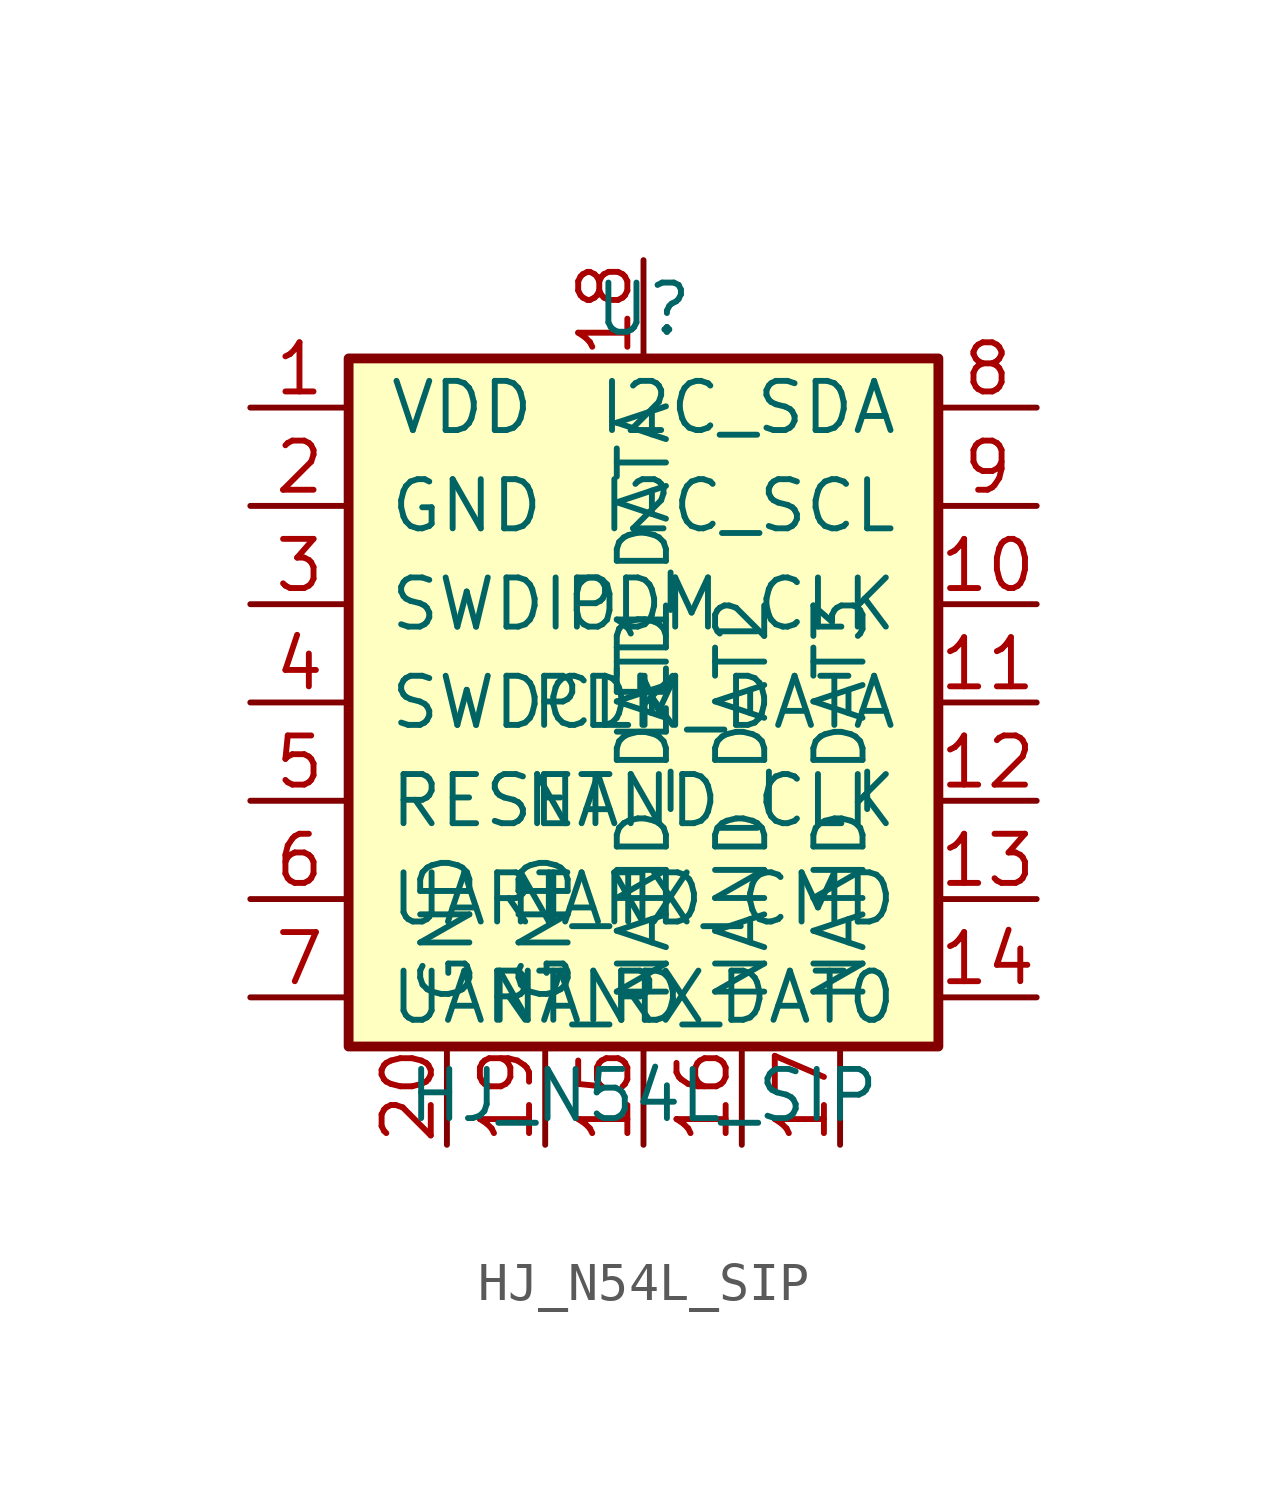
<source format=kicad_sym>
(kicad_symbol_lib
  (version 20240108)
  (generator "custom")
  (symbol "HJ_N54L_SIP"
    (pin_names
      (offset 1.016))
    (property "Reference" "U"
      (at 0 10.16 0)
      (effects (font (size 1.27 1.27))))
    (property "Value" "HJ_N54L_SIP"
      (at 0 -10.16 0)
      (effects (font (size 1.27 1.27))))
    (symbol "HJ_N54L_SIP_0_1"
      (rectangle (start -7.62 8.89) (end 7.62 -8.89) (stroke (width 0.254) (type default)) (fill (type background))))
    (symbol "HJ_N54L_SIP_1_1"
      (pin power_in line (at -10.16 7.62 0) (length 2.54) (name "VDD" (effects (font (size 1.27 1.27)))) (number "1" (effects (font (size 1.27 1.27)))))
      (pin power_in line (at -10.16 5.08 0) (length 2.54) (name "GND" (effects (font (size 1.27 1.27)))) (number "2" (effects (font (size 1.27 1.27)))))
      (pin bidirectional line (at -10.16 2.54 0) (length 2.54) (name "SWDIO" (effects (font (size 1.27 1.27)))) (number "3" (effects (font (size 1.27 1.27)))))
      (pin input line (at -10.16 0 0) (length 2.54) (name "SWDCLK" (effects (font (size 1.27 1.27)))) (number "4" (effects (font (size 1.27 1.27)))))
      (pin input line (at -10.16 -2.54 0) (length 2.54) (name "RESET" (effects (font (size 1.27 1.27)))) (number "5" (effects (font (size 1.27 1.27)))))
      (pin output line (at -10.16 -5.08 0) (length 2.54) (name "UART_TX" (effects (font (size 1.27 1.27)))) (number "6" (effects (font (size 1.27 1.27)))))
      (pin input line (at -10.16 -7.62 0) (length 2.54) (name "UART_RX" (effects (font (size 1.27 1.27)))) (number "7" (effects (font (size 1.27 1.27)))))
      (pin bidirectional line (at 10.16 7.62 180) (length 2.54) (name "I2C_SDA" (effects (font (size 1.27 1.27)))) (number "8" (effects (font (size 1.27 1.27)))))
      (pin output line (at 10.16 5.08 180) (length 2.54) (name "I2C_SCL" (effects (font (size 1.27 1.27)))) (number "9" (effects (font (size 1.27 1.27)))))
      (pin output line (at 10.16 2.54 180) (length 2.54) (name "PDM_CLK" (effects (font (size 1.27 1.27)))) (number "10" (effects (font (size 1.27 1.27)))))
      (pin input line (at 10.16 0 180) (length 2.54) (name "PDM_DATA" (effects (font (size 1.27 1.27)))) (number "11" (effects (font (size 1.27 1.27)))))
      (pin output line (at 10.16 -2.54 180) (length 2.54) (name "NAND_CLK" (effects (font (size 1.27 1.27)))) (number "12" (effects (font (size 1.27 1.27)))))
      (pin bidirectional line (at 10.16 -5.08 180) (length 2.54) (name "NAND_CMD" (effects (font (size 1.27 1.27)))) (number "13" (effects (font (size 1.27 1.27)))))
      (pin bidirectional line (at 10.16 -7.62 180) (length 2.54) (name "NAND_DAT0" (effects (font (size 1.27 1.27)))) (number "14" (effects (font (size 1.27 1.27)))))
      (pin bidirectional line (at 0 -11.43 90) (length 2.54) (name "NAND_DAT1" (effects (font (size 1.27 1.27)))) (number "15" (effects (font (size 1.27 1.27)))))
      (pin bidirectional line (at 2.54 -11.43 90) (length 2.54) (name "NAND_DAT2" (effects (font (size 1.27 1.27)))) (number "16" (effects (font (size 1.27 1.27)))))
      (pin bidirectional line (at 5.08 -11.43 90) (length 2.54) (name "NAND_DAT3" (effects (font (size 1.27 1.27)))) (number "17" (effects (font (size 1.27 1.27)))))
      (pin output line (at 0 11.43 270) (length 2.54) (name "LED_DATA" (effects (font (size 1.27 1.27)))) (number "18" (effects (font (size 1.27 1.27)))))
      (pin power_in line (at -2.54 -11.43 90) (length 2.54) (name "GND" (effects (font (size 1.27 1.27)))) (number "19" (effects (font (size 1.27 1.27)))))
      (pin power_in line (at -5.08 -11.43 90) (length 2.54) (name "GND" (effects (font (size 1.27 1.27)))) (number "20" (effects (font (size 1.27 1.27))))))))
</source>
